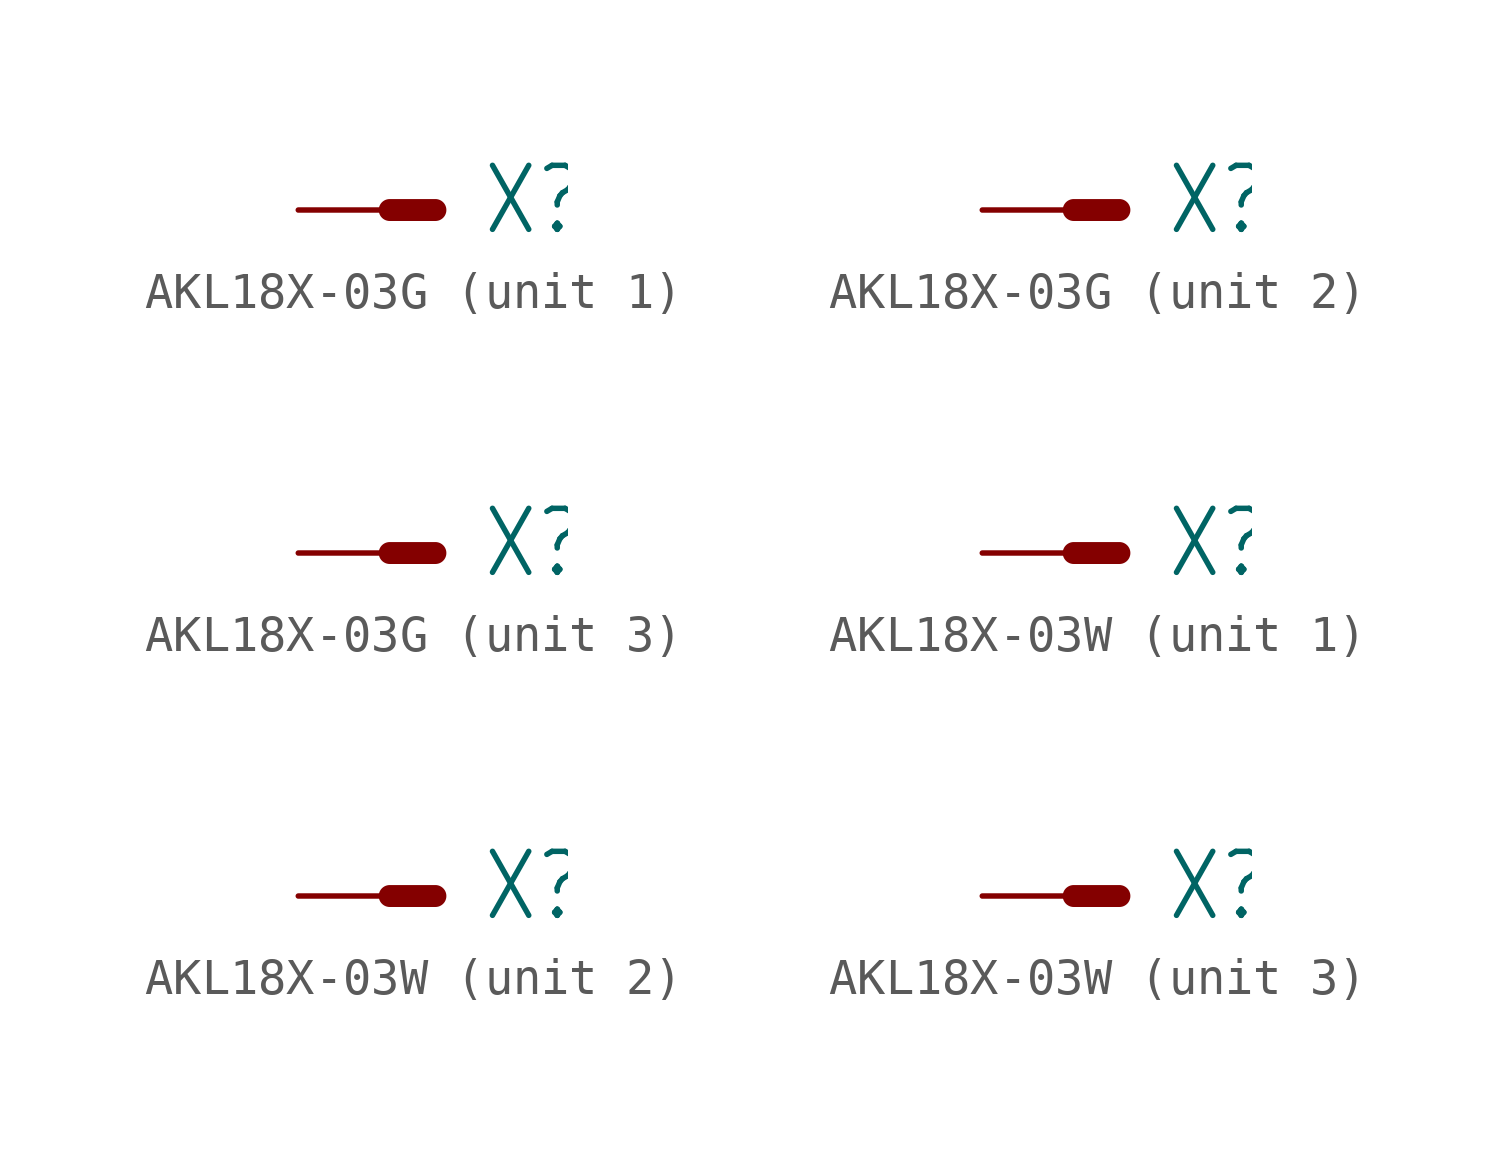
<source format=kicad_sym>
(kicad_symbol_lib
  (version 20220914)
  (generator kicad_symbol_editor)
  (symbol "AKL18X-03G"
    (property "Reference" "X"
      (at 2.54 -0.762 0)
      (effects (font (size 1.778 1.511)) (justify left bottom)))
    (property "ki_locked" ""
      (at 0 0 0)
      (effects (font (size 1.27 1.27))))
    (symbol "AKL18X-03G_1_0"
      (polyline (pts (xy 1.27 0) (xy 0 0)) (stroke (width 0.61) (type solid)) (fill (type none)))
      (pin passive line (at -2.54 0 0) (length 2.54) (name "S" (effects (font (size 0 0)))) (number "P$1" (effects (font (size 0 0))))))
    (symbol "AKL18X-03G_2_0"
      (polyline (pts (xy 1.27 0) (xy 0 0)) (stroke (width 0.61) (type solid)) (fill (type none)))
      (pin passive line (at -2.54 0 0) (length 2.54) (name "S" (effects (font (size 0 0)))) (number "P$2" (effects (font (size 0 0))))))
    (symbol "AKL18X-03G_3_0"
      (polyline (pts (xy 1.27 0) (xy 0 0)) (stroke (width 0.61) (type solid)) (fill (type none)))
      (pin passive line (at -2.54 0 0) (length 2.54) (name "S" (effects (font (size 0 0)))) (number "P$3" (effects (font (size 0 0)))))))
  (symbol "AKL18X-03W"
    (property "Reference" "X"
      (at 2.54 -0.762 0)
      (effects (font (size 1.778 1.511)) (justify left bottom)))
    (property "ki_locked" ""
      (at 0 0 0)
      (effects (font (size 1.27 1.27))))
    (symbol "AKL18X-03W_1_0"
      (polyline (pts (xy 1.27 0) (xy 0 0)) (stroke (width 0.61) (type solid)) (fill (type none)))
      (pin passive line (at -2.54 0 0) (length 2.54) (name "S" (effects (font (size 0 0)))) (number "P$1" (effects (font (size 0 0))))))
    (symbol "AKL18X-03W_2_0"
      (polyline (pts (xy 1.27 0) (xy 0 0)) (stroke (width 0.61) (type solid)) (fill (type none)))
      (pin passive line (at -2.54 0 0) (length 2.54) (name "S" (effects (font (size 0 0)))) (number "P$2" (effects (font (size 0 0))))))
    (symbol "AKL18X-03W_3_0"
      (polyline (pts (xy 1.27 0) (xy 0 0)) (stroke (width 0.61) (type solid)) (fill (type none)))
      (pin passive line (at -2.54 0 0) (length 2.54) (name "S" (effects (font (size 0 0)))) (number "P$3" (effects (font (size 0 0))))))))
</source>
